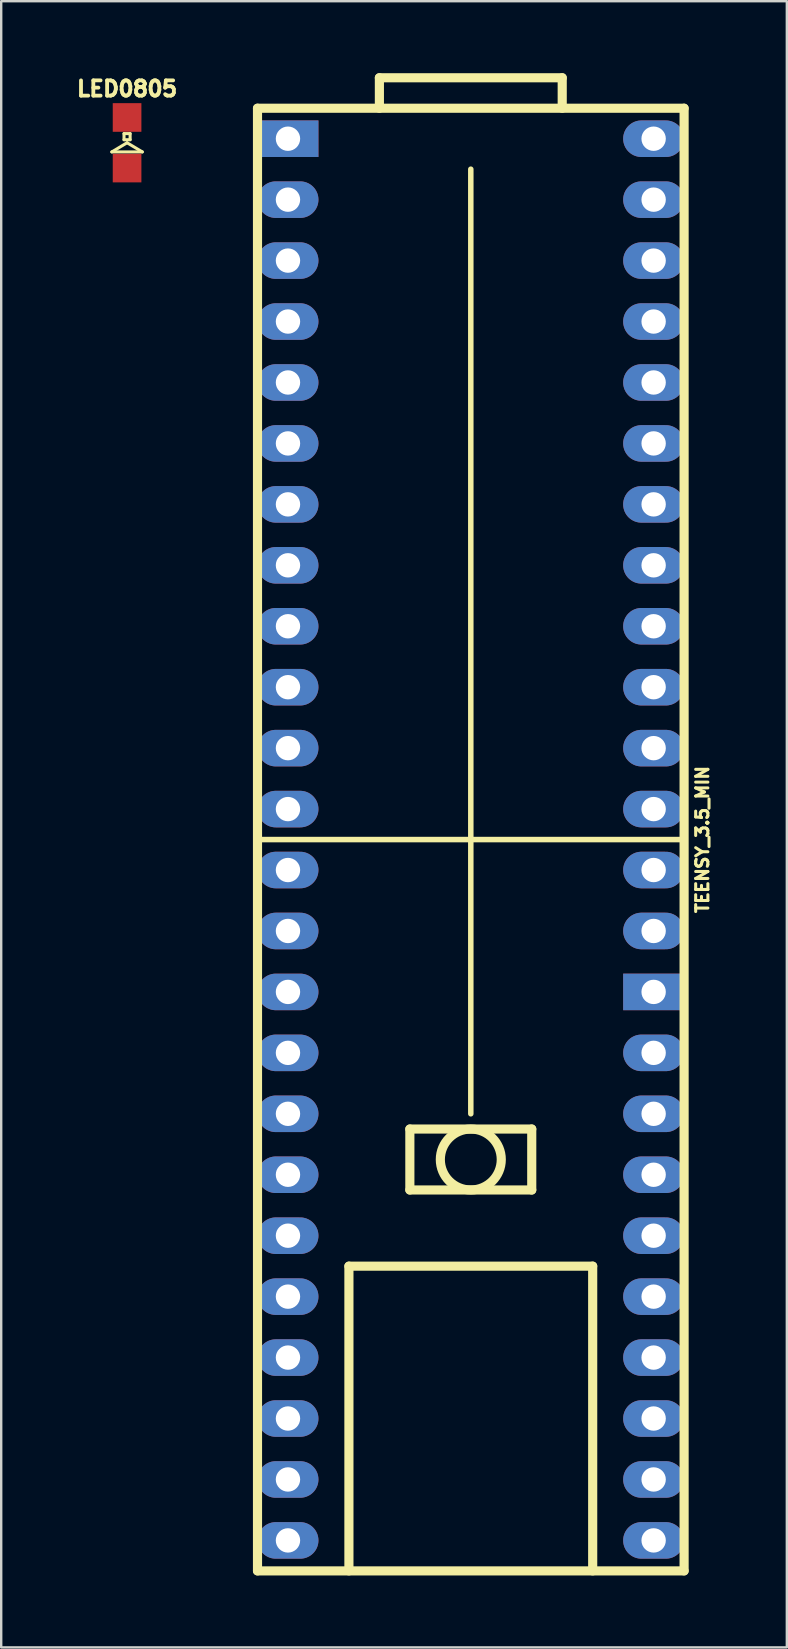
<source format=kicad_pcb>
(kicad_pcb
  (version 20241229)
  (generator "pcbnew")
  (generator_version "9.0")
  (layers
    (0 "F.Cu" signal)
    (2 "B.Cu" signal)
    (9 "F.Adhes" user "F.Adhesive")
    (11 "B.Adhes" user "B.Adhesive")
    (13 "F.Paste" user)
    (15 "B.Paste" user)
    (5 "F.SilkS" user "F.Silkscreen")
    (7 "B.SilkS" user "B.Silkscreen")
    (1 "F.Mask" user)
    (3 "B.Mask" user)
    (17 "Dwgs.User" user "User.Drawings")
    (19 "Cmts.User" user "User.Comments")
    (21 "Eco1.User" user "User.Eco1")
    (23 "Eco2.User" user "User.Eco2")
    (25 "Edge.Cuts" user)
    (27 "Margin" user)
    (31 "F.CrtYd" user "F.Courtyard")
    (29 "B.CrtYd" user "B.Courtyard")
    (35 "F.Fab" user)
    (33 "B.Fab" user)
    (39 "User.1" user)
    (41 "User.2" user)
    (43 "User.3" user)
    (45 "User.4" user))
  (footprint "TEENSY_3.5_MIN"
    (layer "F.Cu")
    (at 16.572 19.241)
    (property "Reference" "TEENSY_3.5_MIN" (at 9.652 12.7 90) (layer "F.SilkS") (effects (font (size 0.508 0.508) (thickness 0.127))))
    (attr through_hole)
    (fp_line (start -8.89 -17.78) (end -8.89 43.18) (stroke (width 0.381) (type solid)) (layer "F.SilkS"))
    (fp_line (start -8.89 12.7) (end 8.89 12.7) (stroke (width 0.229) (type solid)) (layer "F.SilkS"))
    (fp_line (start -8.89 43.18) (end 8.89 43.18) (stroke (width 0.381) (type solid)) (layer "F.SilkS"))
    (fp_line (start -5.08 30.48) (end 5.08 30.48) (stroke (width 0.381) (type solid)) (layer "F.SilkS"))
    (fp_line (start -5.08 43.18) (end -5.08 30.48) (stroke (width 0.381) (type solid)) (layer "F.SilkS"))
    (fp_line (start -3.81 -19.05) (end 3.81 -19.05) (stroke (width 0.381) (type solid)) (layer "F.SilkS"))
    (fp_line (start -3.81 -17.78) (end -3.81 -19.05) (stroke (width 0.381) (type solid)) (layer "F.SilkS"))
    (fp_line (start -2.54 24.765) (end -2.54 27.305) (stroke (width 0.381) (type solid)) (layer "F.SilkS"))
    (fp_line (start -2.54 27.305) (end 2.54 27.305) (stroke (width 0.381) (type solid)) (layer "F.SilkS"))
    (fp_line (start 0 24.13) (end 0 -15.24) (stroke (width 0.229) (type solid)) (layer "F.SilkS"))
    (fp_line (start 2.54 24.765) (end -2.54 24.765) (stroke (width 0.381) (type solid)) (layer "F.SilkS"))
    (fp_line (start 2.54 27.305) (end 2.54 24.765) (stroke (width 0.381) (type solid)) (layer "F.SilkS"))
    (fp_line (start 3.81 -19.05) (end 3.81 -17.78) (stroke (width 0.381) (type solid)) (layer "F.SilkS"))
    (fp_line (start 5.08 30.48) (end 5.08 43.18) (stroke (width 0.381) (type solid)) (layer "F.SilkS"))
    (fp_line (start 8.89 -17.78) (end -8.89 -17.78) (stroke (width 0.381) (type solid)) (layer "F.SilkS"))
    (fp_line (start 8.89 -17.78) (end 8.89 43.18) (stroke (width 0.381) (type solid)) (layer "F.SilkS"))
    (fp_circle (center 0 26.035) (end 0 24.765) (stroke (width 0.381) (type solid)) (fill no) (layer "F.SilkS"))
    (pad "" thru_hole oval (at -7.62 19.05) (size 2.54 1.524) (drill 1.016) (layers "*.Cu" "*.Mask"))
    (pad "" thru_hole rect (at 7.62 19.05) (size 2.54 1.524) (drill 1.016) (layers "*.Cu" "*.Mask"))
    (pad "0" thru_hole oval (at -7.62 -13.97) (size 2.54 1.524) (drill 1.016) (layers "*.Cu" "*.Mask"))
    (pad "1" thru_hole oval (at -7.62 -11.43) (size 2.54 1.524) (drill 1.016) (layers "*.Cu" "*.Mask"))
    (pad "2" thru_hole oval (at -7.62 -8.89) (size 2.54 1.524) (drill 1.016) (layers "*.Cu" "*.Mask"))
    (pad "3" thru_hole oval (at -7.62 -6.35) (size 2.54 1.524) (drill 1.016) (layers "*.Cu" "*.Mask"))
    (pad "3V3" thru_hole oval (at 7.62 -11.43) (size 2.54 1.524) (drill 1.016) (layers "*.Cu" "*.Mask"))
    (pad "4" thru_hole oval (at -7.62 -3.81) (size 2.54 1.524) (drill 1.016) (layers "*.Cu" "*.Mask"))
    (pad "5" thru_hole oval (at -7.62 -1.27) (size 2.54 1.524) (drill 1.016) (layers "*.Cu" "*.Mask"))
    (pad "6" thru_hole oval (at -7.62 1.27) (size 2.54 1.524) (drill 1.016) (layers "*.Cu" "*.Mask"))
    (pad "7" thru_hole oval (at -7.62 3.81) (size 2.54 1.524) (drill 1.016) (layers "*.Cu" "*.Mask"))
    (pad "8" thru_hole oval (at -7.62 6.35) (size 2.54 1.524) (drill 1.016) (layers "*.Cu" "*.Mask"))
    (pad "9" thru_hole oval (at -7.62 8.89) (size 2.54 1.524) (drill 1.016) (layers "*.Cu" "*.Mask"))
    (pad "10" thru_hole oval (at -7.62 11.43) (size 2.54 1.524) (drill 1.016) (layers "*.Cu" "*.Mask"))
    (pad "11" thru_hole oval (at -7.62 13.97) (size 2.54 1.524) (drill 1.016) (layers "*.Cu" "*.Mask"))
    (pad "12" thru_hole oval (at -7.62 16.51) (size 2.54 1.524) (drill 1.016) (layers "*.Cu" "*.Mask"))
    (pad "13" thru_hole oval (at 7.62 16.51) (size 2.54 1.524) (drill 1.016) (layers "*.Cu" "*.Mask"))
    (pad "14" thru_hole oval (at 7.62 13.97) (size 2.54 1.524) (drill 1.016) (layers "*.Cu" "*.Mask"))
    (pad "15" thru_hole oval (at 7.62 11.43) (size 2.54 1.524) (drill 1.016) (layers "*.Cu" "*.Mask"))
    (pad "16" thru_hole oval (at 7.62 8.89) (size 2.54 1.524) (drill 1.016) (layers "*.Cu" "*.Mask"))
    (pad "17" thru_hole oval (at 7.62 6.35) (size 2.54 1.524) (drill 1.016) (layers "*.Cu" "*.Mask"))
    (pad "18" thru_hole oval (at 7.62 3.81) (size 2.54 1.524) (drill 1.016) (layers "*.Cu" "*.Mask"))
    (pad "19" thru_hole oval (at 7.62 1.27) (size 2.54 1.524) (drill 1.016) (layers "*.Cu" "*.Mask"))
    (pad "20" thru_hole oval (at 7.62 -1.27) (size 2.54 1.524) (drill 1.016) (layers "*.Cu" "*.Mask"))
    (pad "21" thru_hole oval (at 7.62 -3.81) (size 2.54 1.524) (drill 1.016) (layers "*.Cu" "*.Mask"))
    (pad "22" thru_hole oval (at 7.62 -6.35) (size 2.54 1.524) (drill 1.016) (layers "*.Cu" "*.Mask"))
    (pad "23" thru_hole oval (at 7.62 -8.89) (size 2.54 1.524) (drill 1.016) (layers "*.Cu" "*.Mask"))
    (pad "24" thru_hole oval (at -7.62 21.59) (size 2.54 1.524) (drill 1.016) (layers "*.Cu" "*.Mask"))
    (pad "25" thru_hole oval (at -7.62 24.13) (size 2.54 1.524) (drill 1.016) (layers "*.Cu" "*.Mask"))
    (pad "26" thru_hole oval (at -7.62 26.67) (size 2.54 1.524) (drill 1.016) (layers "*.Cu" "*.Mask"))
    (pad "27" thru_hole oval (at -7.62 29.21) (size 2.54 1.524) (drill 1.016) (layers "*.Cu" "*.Mask"))
    (pad "28" thru_hole oval (at -7.62 31.75) (size 2.54 1.524) (drill 1.016) (layers "*.Cu" "*.Mask"))
    (pad "29" thru_hole oval (at -7.62 34.29) (size 2.54 1.524) (drill 1.016) (layers "*.Cu" "*.Mask"))
    (pad "30" thru_hole oval (at -7.62 36.83) (size 2.54 1.524) (drill 1.016) (layers "*.Cu" "*.Mask"))
    (pad "31" thru_hole oval (at -7.62 39.37) (size 2.54 1.524) (drill 1.016) (layers "*.Cu" "*.Mask"))
    (pad "32" thru_hole oval (at -7.62 41.91) (size 2.54 1.524) (drill 1.016) (layers "*.Cu" "*.Mask"))
    (pad "33" thru_hole oval (at 7.62 41.91) (size 2.54 1.524) (drill 1.016) (layers "*.Cu" "*.Mask"))
    (pad "34" thru_hole oval (at 7.62 39.37) (size 2.54 1.524) (drill 1.016) (layers "*.Cu" "*.Mask"))
    (pad "35" thru_hole oval (at 7.62 36.83) (size 2.54 1.524) (drill 1.016) (layers "*.Cu" "*.Mask"))
    (pad "36" thru_hole oval (at 7.62 34.29) (size 2.54 1.524) (drill 1.016) (layers "*.Cu" "*.Mask"))
    (pad "37" thru_hole oval (at 7.62 31.75) (size 2.54 1.524) (drill 1.016) (layers "*.Cu" "*.Mask"))
    (pad "38" thru_hole oval (at 7.62 29.21) (size 2.54 1.524) (drill 1.016) (layers "*.Cu" "*.Mask"))
    (pad "39" thru_hole oval (at 7.62 26.67) (size 2.54 1.524) (drill 1.016) (layers "*.Cu" "*.Mask"))
    (pad "A21" thru_hole oval (at 7.62 24.13) (size 2.54 1.524) (drill 1.016) (layers "*.Cu" "*.Mask"))
    (pad "A22" thru_hole oval (at 7.62 21.59) (size 2.54 1.524) (drill 1.016) (layers "*.Cu" "*.Mask"))
    (pad "AGND" thru_hole oval (at 7.62 -13.97) (size 2.54 1.524) (drill 1.016) (layers "*.Cu" "*.Mask"))
    (pad "GND" thru_hole rect (at -7.62 -16.51) (size 2.54 1.524) (drill 1.016) (layers "*.Cu" "*.Mask"))
    (pad "V_IN" thru_hole oval (at 7.62 -16.51) (size 2.54 1.524) (drill 1.016) (layers "*.Cu" "*.Mask")))
  (footprint "LED0805"
    (layer "F.Cu")
    (at 2.246 2.9)
    (property "Reference" "LED0805" (at 0 -2.25 180) (layer "F.SilkS") (effects (font (size 0.635 0.635) (thickness 0.159))))
    (attr through_hole)
    (fp_line (start -0.635 0.381) (end 0 0) (stroke (width 0.127) (type solid)) (layer "F.SilkS"))
    (fp_line (start -0.635 0.381) (end 0.635 0.381) (stroke (width 0.127) (type solid)) (layer "F.SilkS"))
    (fp_line (start -0.127 -0.381) (end -0.127 -0.127) (stroke (width 0.127) (type solid)) (layer "F.SilkS"))
    (fp_line (start -0.127 -0.127) (end 0.127 -0.127) (stroke (width 0.127) (type solid)) (layer "F.SilkS"))
    (fp_line (start 0 0) (end 0.635 0.381) (stroke (width 0.127) (type solid)) (layer "F.SilkS"))
    (fp_line (start 0.127 -0.381) (end -0.127 -0.381) (stroke (width 0.127) (type solid)) (layer "F.SilkS"))
    (fp_line (start 0.127 -0.127) (end 0.127 -0.381) (stroke (width 0.127) (type solid)) (layer "F.SilkS"))
    (pad "1" smd rect (at 0 1.054 90) (size 1.194 1.194) (layers "F.Cu" "F.Mask" "F.Paste"))
    (pad "2" smd rect (at 0 -1.054 90) (size 1.194 1.194) (layers "F.Cu" "F.Mask" "F.Paste")))
  (gr_rect
    (start -3 -3)
    (end 29.744 65.611)
    (stroke (width 0.1) (type default))
    (fill no)
    (layer "Edge.Cuts")))
</source>
